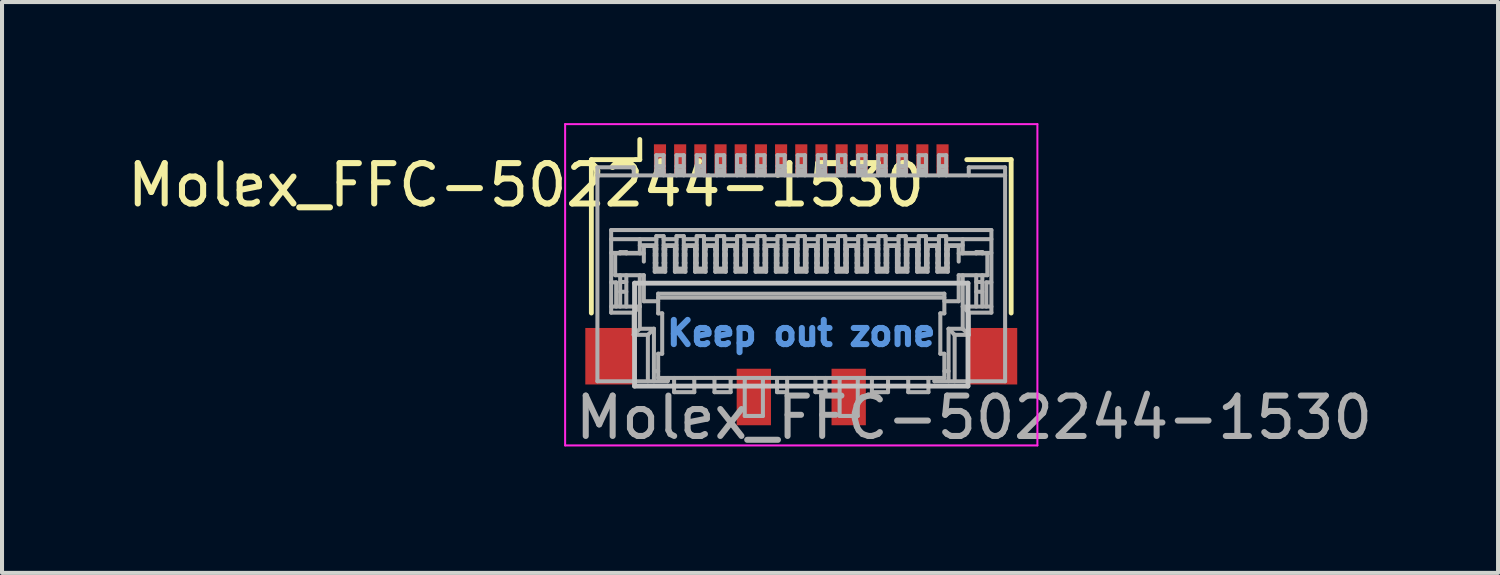
<source format=kicad_pcb>
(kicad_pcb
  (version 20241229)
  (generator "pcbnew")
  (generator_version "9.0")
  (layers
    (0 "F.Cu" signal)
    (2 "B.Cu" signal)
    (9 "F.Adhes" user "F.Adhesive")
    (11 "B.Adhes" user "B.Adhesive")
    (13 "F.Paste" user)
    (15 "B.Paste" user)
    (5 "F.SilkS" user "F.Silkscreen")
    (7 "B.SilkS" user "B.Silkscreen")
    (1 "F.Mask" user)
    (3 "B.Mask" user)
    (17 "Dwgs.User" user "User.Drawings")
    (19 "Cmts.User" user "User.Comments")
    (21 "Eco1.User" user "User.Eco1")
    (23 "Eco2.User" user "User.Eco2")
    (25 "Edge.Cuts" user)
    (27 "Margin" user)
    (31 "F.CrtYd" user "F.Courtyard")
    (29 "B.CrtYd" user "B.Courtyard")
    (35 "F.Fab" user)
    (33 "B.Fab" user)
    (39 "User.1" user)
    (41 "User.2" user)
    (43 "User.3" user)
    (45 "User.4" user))
  (footprint "Molex_FFC-502244-1530"
    (layer "F.Cu")
    (at 16.8 4.005)
    (property "Reference" "Molex_FFC-502244-1530" (at -6.818 -2.469 0) (layer "F.SilkS") (effects (font (size 1 1) (thickness 0.15))))
    (attr smd)
    (fp_line (start -5.2 -3.1) (end -4.1 -3.1) (stroke (width 0.12) (type solid)) (layer "F.SilkS"))
    (fp_line (start -5.2 -3) (end -5.2 -3.1) (stroke (width 0.12) (type solid)) (layer "F.SilkS"))
    (fp_line (start -5.2 0.7) (end -5.2 -3) (stroke (width 0.12) (type solid)) (layer "F.SilkS"))
    (fp_line (start -4.1 -3.1) (end -4 -3.1) (stroke (width 0.12) (type solid)) (layer "F.SilkS"))
    (fp_line (start -4 -3.1) (end -4 -3.6) (stroke (width 0.12) (type solid)) (layer "F.SilkS"))
    (fp_line (start 4.1 -3.1) (end 5.2 -3.1) (stroke (width 0.12) (type solid)) (layer "F.SilkS"))
    (fp_line (start 5.2 -3.1) (end 5.2 0.7) (stroke (width 0.12) (type solid)) (layer "F.SilkS"))
    (fp_line (start -4.13 -0.04) (end 4.13 -0.04) (stroke (width 0.12) (type solid)) (layer "Dwgs.User"))
    (fp_line (start -4.13 2.51) (end -4.13 -0.04) (stroke (width 0.12) (type solid)) (layer "Dwgs.User"))
    (fp_line (start 4.13 -0.04) (end 4.13 2.51) (stroke (width 0.12) (type solid)) (layer "Dwgs.User"))
    (fp_line (start 4.13 2.51) (end -4.13 2.51) (stroke (width 0.12) (type solid)) (layer "Dwgs.User"))
    (fp_line (start -5.85 -3.98) (end 5.85 -3.98) (stroke (width 0.05) (type solid)) (layer "F.CrtYd"))
    (fp_line (start -5.85 3.98) (end -5.85 -3.98) (stroke (width 0.05) (type solid)) (layer "F.CrtYd"))
    (fp_line (start 5.85 -3.98) (end 5.85 3.98) (stroke (width 0.05) (type solid)) (layer "F.CrtYd"))
    (fp_line (start 5.85 3.98) (end -5.85 3.98) (stroke (width 0.05) (type solid)) (layer "F.CrtYd"))
    (fp_line (start -5.05 -2.91) (end -5.05 2.39) (stroke (width 0.1) (type solid)) (layer "F.Fab"))
    (fp_line (start -5.05 2.39) (end -3.31 2.39) (stroke (width 0.1) (type solid)) (layer "F.Fab"))
    (fp_line (start -4.71 -1.356) (end 4.71 -1.356) (stroke (width 0.1) (type solid)) (layer "F.Fab"))
    (fp_line (start -4.71 0.54) (end -4 0.54) (stroke (width 0.1) (type solid)) (layer "F.Fab"))
    (fp_line (start -4.71 0.69) (end -4.71 -1.356) (stroke (width 0.1) (type solid)) (layer "F.Fab"))
    (fp_line (start -4.61 -0.777) (end -4.61 -0.237) (stroke (width 0.1) (type solid)) (layer "F.Fab"))
    (fp_line (start -4.61 -0.237) (end -3.9 -0.237) (stroke (width 0.1) (type solid)) (layer "F.Fab"))
    (fp_line (start -4.585 -0.06) (end -4.71 -0.06) (stroke (width 0.1) (type solid)) (layer "F.Fab"))
    (fp_line (start -4.585 0.54) (end -4.585 -0.06) (stroke (width 0.1) (type solid)) (layer "F.Fab"))
    (fp_line (start -4.486 -0.81) (end -4.486 -0.777) (stroke (width 0.1) (type solid)) (layer "F.Fab"))
    (fp_line (start -4.486 -0.79) (end -4.71 -0.79) (stroke (width 0.1) (type solid)) (layer "F.Fab"))
    (fp_line (start -4.486 -0.237) (end -4.486 0.54) (stroke (width 0.1) (type solid)) (layer "F.Fab"))
    (fp_line (start -4.334 -0.81) (end -4.486 -0.81) (stroke (width 0.1) (type solid)) (layer "F.Fab"))
    (fp_line (start -4.334 -0.777) (end -4.334 -0.81) (stroke (width 0.1) (type solid)) (layer "F.Fab"))
    (fp_line (start -4.334 -0.07) (end -4.486 -0.07) (stroke (width 0.1) (type solid)) (layer "F.Fab"))
    (fp_line (start -4.334 0.173) (end -4.486 0.173) (stroke (width 0.1) (type solid)) (layer "F.Fab"))
    (fp_line (start -4.334 0.54) (end -4.334 -0.237) (stroke (width 0.1) (type solid)) (layer "F.Fab"))
    (fp_line (start -4.15 -2.91) (end -5.05 -2.91) (stroke (width 0.1) (type solid)) (layer "F.Fab"))
    (fp_line (start -4.15 -2.71) (end -4.15 -2.91) (stroke (width 0.1) (type solid)) (layer "F.Fab"))
    (fp_line (start -4.15 0.69) (end -4.71 0.69) (stroke (width 0.1) (type solid)) (layer "F.Fab"))
    (fp_line (start -4.15 1.24) (end -4.15 0.69) (stroke (width 0.1) (type solid)) (layer "F.Fab"))
    (fp_line (start -4.15 1.24) (end -4 1.09) (stroke (width 0.1) (type solid)) (layer "F.Fab"))
    (fp_line (start -4 -1.13) (end -4 -0.777) (stroke (width 0.1) (type solid)) (layer "F.Fab"))
    (fp_line (start -4 -0.79) (end -4.334 -0.79) (stroke (width 0.1) (type solid)) (layer "F.Fab"))
    (fp_line (start -4 -0.237) (end -4 1.09) (stroke (width 0.1) (type solid)) (layer "F.Fab"))
    (fp_line (start -4 0.54) (end -4.15 0.69) (stroke (width 0.1) (type solid)) (layer "F.Fab"))
    (fp_line (start -3.9 -0.962) (end -3.9 -0.575) (stroke (width 0.1) (type solid)) (layer "F.Fab"))
    (fp_line (start -3.9 -0.777) (end -4.61 -0.777) (stroke (width 0.1) (type solid)) (layer "F.Fab"))
    (fp_line (start -3.9 -0.237) (end -3.9 0.408) (stroke (width 0.1) (type solid)) (layer "F.Fab"))
    (fp_line (start -3.9 0.408) (end -3.545 0.408) (stroke (width 0.1) (type solid)) (layer "F.Fab"))
    (fp_line (start -3.8 1.24) (end -4.15 1.24) (stroke (width 0.1) (type solid)) (layer "F.Fab"))
    (fp_line (start -3.8 1.24) (end -3.65 1.09) (stroke (width 0.1) (type solid)) (layer "F.Fab"))
    (fp_line (start -3.8 2.39) (end -3.8 1.24) (stroke (width 0.1) (type solid)) (layer "F.Fab"))
    (fp_line (start -3.65 1.09) (end -4 1.09) (stroke (width 0.1) (type solid)) (layer "F.Fab"))
    (fp_line (start -3.65 2.14) (end -3.545 2.14) (stroke (width 0.1) (type solid)) (layer "F.Fab"))
    (fp_line (start -3.65 2.39) (end -3.65 1.09) (stroke (width 0.1) (type solid)) (layer "F.Fab"))
    (fp_line (start -3.63 -0.962) (end -3.9 -0.962) (stroke (width 0.1) (type solid)) (layer "F.Fab"))
    (fp_line (start -3.63 -0.962) (end -3.63 -0.909) (stroke (width 0.1) (type solid)) (layer "F.Fab"))
    (fp_line (start -3.63 -0.872) (end -3.63 -0.323) (stroke (width 0.1) (type solid)) (layer "F.Fab"))
    (fp_line (start -3.63 -0.872) (end -3.59 -0.872) (stroke (width 0.1) (type solid)) (layer "F.Fab"))
    (fp_line (start -3.63 -0.766) (end -3.59 -0.766) (stroke (width 0.1) (type solid)) (layer "F.Fab"))
    (fp_line (start -3.63 -0.542) (end -3.59 -0.542) (stroke (width 0.1) (type solid)) (layer "F.Fab"))
    (fp_line (start -3.59 -3.21) (end -3.59 -2.71) (stroke (width 0.1) (type solid)) (layer "F.Fab"))
    (fp_line (start -3.59 -2.84) (end -3.41 -2.84) (stroke (width 0.1) (type solid)) (layer "F.Fab"))
    (fp_line (start -3.59 -1.206) (end -3.59 -0.4) (stroke (width 0.1) (type solid)) (layer "F.Fab"))
    (fp_line (start -3.59 -1.13) (end -4.71 -1.13) (stroke (width 0.1) (type solid)) (layer "F.Fab"))
    (fp_line (start -3.59 -0.98) (end -4 -0.98) (stroke (width 0.1) (type solid)) (layer "F.Fab"))
    (fp_line (start -3.59 -0.909) (end -3.63 -0.909) (stroke (width 0.1) (type solid)) (layer "F.Fab"))
    (fp_line (start -3.59 -0.719) (end -3.63 -0.719) (stroke (width 0.1) (type solid)) (layer "F.Fab"))
    (fp_line (start -3.59 -0.422) (end -3.63 -0.422) (stroke (width 0.1) (type solid)) (layer "F.Fab"))
    (fp_line (start -3.59 -0.4) (end -3.41 -0.4) (stroke (width 0.1) (type solid)) (layer "F.Fab"))
    (fp_line (start -3.545 0.22) (end -3.545 0.708) (stroke (width 0.1) (type solid)) (layer "F.Fab"))
    (fp_line (start -3.545 0.22) (end 3.545 0.22) (stroke (width 0.1) (type solid)) (layer "F.Fab"))
    (fp_line (start -3.545 0.318) (end 3.545 0.318) (stroke (width 0.1) (type solid)) (layer "F.Fab"))
    (fp_line (start -3.545 0.708) (end -3.445 0.708) (stroke (width 0.1) (type solid)) (layer "F.Fab"))
    (fp_line (start -3.545 1.708) (end -3.545 2.308) (stroke (width 0.1) (type solid)) (layer "F.Fab"))
    (fp_line (start -3.545 2.308) (end 3.545 2.308) (stroke (width 0.1) (type solid)) (layer "F.Fab"))
    (fp_line (start -3.445 0.708) (end -3.445 1.708) (stroke (width 0.1) (type solid)) (layer "F.Fab"))
    (fp_line (start -3.445 1.708) (end -3.545 1.708) (stroke (width 0.1) (type solid)) (layer "F.Fab"))
    (fp_line (start -3.41 -3.21) (end -3.59 -3.21) (stroke (width 0.1) (type solid)) (layer "F.Fab"))
    (fp_line (start -3.41 -3.21) (end -3.41 -2.71) (stroke (width 0.1) (type solid)) (layer "F.Fab"))
    (fp_line (start -3.41 -2.94) (end -3.59 -2.94) (stroke (width 0.1) (type solid)) (layer "F.Fab"))
    (fp_line (start -3.41 -2.79) (end -3.59 -2.79) (stroke (width 0.1) (type solid)) (layer "F.Fab"))
    (fp_line (start -3.41 -1.206) (end -3.59 -1.206) (stroke (width 0.1) (type solid)) (layer "F.Fab"))
    (fp_line (start -3.41 -1.13) (end -3.09 -1.13) (stroke (width 0.1) (type solid)) (layer "F.Fab"))
    (fp_line (start -3.41 -0.872) (end -3.37 -0.872) (stroke (width 0.1) (type solid)) (layer "F.Fab"))
    (fp_line (start -3.41 -0.766) (end -3.37 -0.766) (stroke (width 0.1) (type solid)) (layer "F.Fab"))
    (fp_line (start -3.41 -0.542) (end -3.37 -0.542) (stroke (width 0.1) (type solid)) (layer "F.Fab"))
    (fp_line (start -3.41 -0.4) (end -3.41 -1.206) (stroke (width 0.1) (type solid)) (layer "F.Fab"))
    (fp_line (start -3.37 -0.962) (end -3.37 -0.909) (stroke (width 0.1) (type solid)) (layer "F.Fab"))
    (fp_line (start -3.37 -0.909) (end -3.41 -0.909) (stroke (width 0.1) (type solid)) (layer "F.Fab"))
    (fp_line (start -3.37 -0.872) (end -3.37 -0.323) (stroke (width 0.1) (type solid)) (layer "F.Fab"))
    (fp_line (start -3.37 -0.719) (end -3.41 -0.719) (stroke (width 0.1) (type solid)) (layer "F.Fab"))
    (fp_line (start -3.37 -0.422) (end -3.41 -0.422) (stroke (width 0.1) (type solid)) (layer "F.Fab"))
    (fp_line (start -3.37 -0.323) (end -3.63 -0.323) (stroke (width 0.1) (type solid)) (layer "F.Fab"))
    (fp_line (start -3.3 2.359) (end -3.31 2.39) (stroke (width 0.1) (type solid)) (layer "F.Fab"))
    (fp_line (start -3.3 2.359) (end -3.3 2.308) (stroke (width 0.1) (type solid)) (layer "F.Fab"))
    (fp_line (start -3.15 2.66) (end -3.15 2.308) (stroke (width 0.1) (type solid)) (layer "F.Fab"))
    (fp_line (start -3.15 2.66) (end -2.65 2.66) (stroke (width 0.1) (type solid)) (layer "F.Fab"))
    (fp_line (start -3.13 -0.962) (end -3.37 -0.962) (stroke (width 0.1) (type solid)) (layer "F.Fab"))
    (fp_line (start -3.13 -0.962) (end -3.13 -0.909) (stroke (width 0.1) (type solid)) (layer "F.Fab"))
    (fp_line (start -3.13 -0.872) (end -3.09 -0.872) (stroke (width 0.1) (type solid)) (layer "F.Fab"))
    (fp_line (start -3.13 -0.766) (end -3.09 -0.766) (stroke (width 0.1) (type solid)) (layer "F.Fab"))
    (fp_line (start -3.13 -0.542) (end -3.09 -0.542) (stroke (width 0.1) (type solid)) (layer "F.Fab"))
    (fp_line (start -3.13 -0.323) (end -3.13 -0.872) (stroke (width 0.1) (type solid)) (layer "F.Fab"))
    (fp_line (start -3.09 -3.21) (end -3.09 -2.71) (stroke (width 0.1) (type solid)) (layer "F.Fab"))
    (fp_line (start -3.09 -2.84) (end -2.91 -2.84) (stroke (width 0.1) (type solid)) (layer "F.Fab"))
    (fp_line (start -3.09 -1.206) (end -3.09 -0.4) (stroke (width 0.1) (type solid)) (layer "F.Fab"))
    (fp_line (start -3.09 -0.98) (end -3.41 -0.98) (stroke (width 0.1) (type solid)) (layer "F.Fab"))
    (fp_line (start -3.09 -0.909) (end -3.13 -0.909) (stroke (width 0.1) (type solid)) (layer "F.Fab"))
    (fp_line (start -3.09 -0.719) (end -3.13 -0.719) (stroke (width 0.1) (type solid)) (layer "F.Fab"))
    (fp_line (start -3.09 -0.422) (end -3.13 -0.422) (stroke (width 0.1) (type solid)) (layer "F.Fab"))
    (fp_line (start -3.09 -0.4) (end -2.91 -0.4) (stroke (width 0.1) (type solid)) (layer "F.Fab"))
    (fp_line (start -2.91 -3.21) (end -3.09 -3.21) (stroke (width 0.1) (type solid)) (layer "F.Fab"))
    (fp_line (start -2.91 -3.21) (end -2.91 -2.71) (stroke (width 0.1) (type solid)) (layer "F.Fab"))
    (fp_line (start -2.91 -2.94) (end -3.09 -2.94) (stroke (width 0.1) (type solid)) (layer "F.Fab"))
    (fp_line (start -2.91 -2.79) (end -3.09 -2.79) (stroke (width 0.1) (type solid)) (layer "F.Fab"))
    (fp_line (start -2.91 -1.206) (end -3.09 -1.206) (stroke (width 0.1) (type solid)) (layer "F.Fab"))
    (fp_line (start -2.91 -1.13) (end -2.59 -1.13) (stroke (width 0.1) (type solid)) (layer "F.Fab"))
    (fp_line (start -2.91 -0.872) (end -2.87 -0.872) (stroke (width 0.1) (type solid)) (layer "F.Fab"))
    (fp_line (start -2.91 -0.766) (end -2.87 -0.766) (stroke (width 0.1) (type solid)) (layer "F.Fab"))
    (fp_line (start -2.91 -0.542) (end -2.87 -0.542) (stroke (width 0.1) (type solid)) (layer "F.Fab"))
    (fp_line (start -2.91 -0.4) (end -2.91 -1.206) (stroke (width 0.1) (type solid)) (layer "F.Fab"))
    (fp_line (start -2.87 -0.962) (end -2.87 -0.909) (stroke (width 0.1) (type solid)) (layer "F.Fab"))
    (fp_line (start -2.87 -0.909) (end -2.91 -0.909) (stroke (width 0.1) (type solid)) (layer "F.Fab"))
    (fp_line (start -2.87 -0.872) (end -2.87 -0.323) (stroke (width 0.1) (type solid)) (layer "F.Fab"))
    (fp_line (start -2.87 -0.719) (end -2.91 -0.719) (stroke (width 0.1) (type solid)) (layer "F.Fab"))
    (fp_line (start -2.87 -0.422) (end -2.91 -0.422) (stroke (width 0.1) (type solid)) (layer "F.Fab"))
    (fp_line (start -2.87 -0.323) (end -3.13 -0.323) (stroke (width 0.1) (type solid)) (layer "F.Fab"))
    (fp_line (start -2.65 2.66) (end -2.65 2.308) (stroke (width 0.1) (type solid)) (layer "F.Fab"))
    (fp_line (start -2.63 -0.962) (end -2.87 -0.962) (stroke (width 0.1) (type solid)) (layer "F.Fab"))
    (fp_line (start -2.63 -0.962) (end -2.63 -0.909) (stroke (width 0.1) (type solid)) (layer "F.Fab"))
    (fp_line (start -2.63 -0.872) (end -2.59 -0.872) (stroke (width 0.1) (type solid)) (layer "F.Fab"))
    (fp_line (start -2.63 -0.766) (end -2.59 -0.766) (stroke (width 0.1) (type solid)) (layer "F.Fab"))
    (fp_line (start -2.63 -0.542) (end -2.59 -0.542) (stroke (width 0.1) (type solid)) (layer "F.Fab"))
    (fp_line (start -2.63 -0.323) (end -2.63 -0.872) (stroke (width 0.1) (type solid)) (layer "F.Fab"))
    (fp_line (start -2.59 -3.21) (end -2.59 -2.71) (stroke (width 0.1) (type solid)) (layer "F.Fab"))
    (fp_line (start -2.59 -2.84) (end -2.41 -2.84) (stroke (width 0.1) (type solid)) (layer "F.Fab"))
    (fp_line (start -2.59 -1.206) (end -2.59 -0.4) (stroke (width 0.1) (type solid)) (layer "F.Fab"))
    (fp_line (start -2.59 -0.98) (end -2.91 -0.98) (stroke (width 0.1) (type solid)) (layer "F.Fab"))
    (fp_line (start -2.59 -0.909) (end -2.63 -0.909) (stroke (width 0.1) (type solid)) (layer "F.Fab"))
    (fp_line (start -2.59 -0.719) (end -2.63 -0.719) (stroke (width 0.1) (type solid)) (layer "F.Fab"))
    (fp_line (start -2.59 -0.422) (end -2.63 -0.422) (stroke (width 0.1) (type solid)) (layer "F.Fab"))
    (fp_line (start -2.59 -0.4) (end -2.41 -0.4) (stroke (width 0.1) (type solid)) (layer "F.Fab"))
    (fp_line (start -2.41 -3.21) (end -2.59 -3.21) (stroke (width 0.1) (type solid)) (layer "F.Fab"))
    (fp_line (start -2.41 -3.21) (end -2.41 -2.71) (stroke (width 0.1) (type solid)) (layer "F.Fab"))
    (fp_line (start -2.41 -2.94) (end -2.59 -2.94) (stroke (width 0.1) (type solid)) (layer "F.Fab"))
    (fp_line (start -2.41 -2.79) (end -2.59 -2.79) (stroke (width 0.1) (type solid)) (layer "F.Fab"))
    (fp_line (start -2.41 -1.206) (end -2.59 -1.206) (stroke (width 0.1) (type solid)) (layer "F.Fab"))
    (fp_line (start -2.41 -1.13) (end -2.09 -1.13) (stroke (width 0.1) (type solid)) (layer "F.Fab"))
    (fp_line (start -2.41 -0.872) (end -2.37 -0.872) (stroke (width 0.1) (type solid)) (layer "F.Fab"))
    (fp_line (start -2.41 -0.766) (end -2.37 -0.766) (stroke (width 0.1) (type solid)) (layer "F.Fab"))
    (fp_line (start -2.41 -0.542) (end -2.37 -0.542) (stroke (width 0.1) (type solid)) (layer "F.Fab"))
    (fp_line (start -2.41 -0.4) (end -2.41 -1.206) (stroke (width 0.1) (type solid)) (layer "F.Fab"))
    (fp_line (start -2.37 -0.962) (end -2.37 -0.909) (stroke (width 0.1) (type solid)) (layer "F.Fab"))
    (fp_line (start -2.37 -0.909) (end -2.41 -0.909) (stroke (width 0.1) (type solid)) (layer "F.Fab"))
    (fp_line (start -2.37 -0.872) (end -2.37 -0.323) (stroke (width 0.1) (type solid)) (layer "F.Fab"))
    (fp_line (start -2.37 -0.719) (end -2.41 -0.719) (stroke (width 0.1) (type solid)) (layer "F.Fab"))
    (fp_line (start -2.37 -0.422) (end -2.41 -0.422) (stroke (width 0.1) (type solid)) (layer "F.Fab"))
    (fp_line (start -2.37 -0.323) (end -2.63 -0.323) (stroke (width 0.1) (type solid)) (layer "F.Fab"))
    (fp_line (start -2.15 2.66) (end -2.15 2.308) (stroke (width 0.1) (type solid)) (layer "F.Fab"))
    (fp_line (start -2.15 2.66) (end -1.75 2.66) (stroke (width 0.1) (type solid)) (layer "F.Fab"))
    (fp_line (start -2.13 -0.962) (end -2.37 -0.962) (stroke (width 0.1) (type solid)) (layer "F.Fab"))
    (fp_line (start -2.13 -0.962) (end -2.13 -0.909) (stroke (width 0.1) (type solid)) (layer "F.Fab"))
    (fp_line (start -2.13 -0.872) (end -2.09 -0.872) (stroke (width 0.1) (type solid)) (layer "F.Fab"))
    (fp_line (start -2.13 -0.766) (end -2.09 -0.766) (stroke (width 0.1) (type solid)) (layer "F.Fab"))
    (fp_line (start -2.13 -0.542) (end -2.09 -0.542) (stroke (width 0.1) (type solid)) (layer "F.Fab"))
    (fp_line (start -2.13 -0.323) (end -2.13 -0.872) (stroke (width 0.1) (type solid)) (layer "F.Fab"))
    (fp_line (start -2.09 -3.21) (end -2.09 -2.71) (stroke (width 0.1) (type solid)) (layer "F.Fab"))
    (fp_line (start -2.09 -2.84) (end -1.91 -2.84) (stroke (width 0.1) (type solid)) (layer "F.Fab"))
    (fp_line (start -2.09 -1.206) (end -2.09 -0.4) (stroke (width 0.1) (type solid)) (layer "F.Fab"))
    (fp_line (start -2.09 -0.98) (end -2.41 -0.98) (stroke (width 0.1) (type solid)) (layer "F.Fab"))
    (fp_line (start -2.09 -0.909) (end -2.13 -0.909) (stroke (width 0.1) (type solid)) (layer "F.Fab"))
    (fp_line (start -2.09 -0.719) (end -2.13 -0.719) (stroke (width 0.1) (type solid)) (layer "F.Fab"))
    (fp_line (start -2.09 -0.422) (end -2.13 -0.422) (stroke (width 0.1) (type solid)) (layer "F.Fab"))
    (fp_line (start -2.09 -0.4) (end -1.91 -0.4) (stroke (width 0.1) (type solid)) (layer "F.Fab"))
    (fp_line (start -1.91 -3.21) (end -2.09 -3.21) (stroke (width 0.1) (type solid)) (layer "F.Fab"))
    (fp_line (start -1.91 -3.21) (end -1.91 -2.71) (stroke (width 0.1) (type solid)) (layer "F.Fab"))
    (fp_line (start -1.91 -2.94) (end -2.09 -2.94) (stroke (width 0.1) (type solid)) (layer "F.Fab"))
    (fp_line (start -1.91 -2.79) (end -2.09 -2.79) (stroke (width 0.1) (type solid)) (layer "F.Fab"))
    (fp_line (start -1.91 -1.206) (end -2.09 -1.206) (stroke (width 0.1) (type solid)) (layer "F.Fab"))
    (fp_line (start -1.91 -1.13) (end -1.59 -1.13) (stroke (width 0.1) (type solid)) (layer "F.Fab"))
    (fp_line (start -1.91 -0.872) (end -1.87 -0.872) (stroke (width 0.1) (type solid)) (layer "F.Fab"))
    (fp_line (start -1.91 -0.766) (end -1.87 -0.766) (stroke (width 0.1) (type solid)) (layer "F.Fab"))
    (fp_line (start -1.91 -0.542) (end -1.87 -0.542) (stroke (width 0.1) (type solid)) (layer "F.Fab"))
    (fp_line (start -1.91 -0.4) (end -1.91 -1.206) (stroke (width 0.1) (type solid)) (layer "F.Fab"))
    (fp_line (start -1.87 -0.962) (end -1.87 -0.909) (stroke (width 0.1) (type solid)) (layer "F.Fab"))
    (fp_line (start -1.87 -0.909) (end -1.91 -0.909) (stroke (width 0.1) (type solid)) (layer "F.Fab"))
    (fp_line (start -1.87 -0.872) (end -1.87 -0.323) (stroke (width 0.1) (type solid)) (layer "F.Fab"))
    (fp_line (start -1.87 -0.719) (end -1.91 -0.719) (stroke (width 0.1) (type solid)) (layer "F.Fab"))
    (fp_line (start -1.87 -0.422) (end -1.91 -0.422) (stroke (width 0.1) (type solid)) (layer "F.Fab"))
    (fp_line (start -1.87 -0.323) (end -2.13 -0.323) (stroke (width 0.1) (type solid)) (layer "F.Fab"))
    (fp_line (start -1.75 2.66) (end -1.75 2.308) (stroke (width 0.1) (type solid)) (layer "F.Fab"))
    (fp_line (start -1.63 -0.962) (end -1.87 -0.962) (stroke (width 0.1) (type solid)) (layer "F.Fab"))
    (fp_line (start -1.63 -0.962) (end -1.63 -0.909) (stroke (width 0.1) (type solid)) (layer "F.Fab"))
    (fp_line (start -1.63 -0.872) (end -1.59 -0.872) (stroke (width 0.1) (type solid)) (layer "F.Fab"))
    (fp_line (start -1.63 -0.766) (end -1.59 -0.766) (stroke (width 0.1) (type solid)) (layer "F.Fab"))
    (fp_line (start -1.63 -0.542) (end -1.59 -0.542) (stroke (width 0.1) (type solid)) (layer "F.Fab"))
    (fp_line (start -1.63 -0.323) (end -1.63 -0.872) (stroke (width 0.1) (type solid)) (layer "F.Fab"))
    (fp_line (start -1.59 -3.21) (end -1.59 -2.71) (stroke (width 0.1) (type solid)) (layer "F.Fab"))
    (fp_line (start -1.59 -2.84) (end -1.41 -2.84) (stroke (width 0.1) (type solid)) (layer "F.Fab"))
    (fp_line (start -1.59 -1.206) (end -1.59 -0.4) (stroke (width 0.1) (type solid)) (layer "F.Fab"))
    (fp_line (start -1.59 -0.98) (end -1.91 -0.98) (stroke (width 0.1) (type solid)) (layer "F.Fab"))
    (fp_line (start -1.59 -0.909) (end -1.63 -0.909) (stroke (width 0.1) (type solid)) (layer "F.Fab"))
    (fp_line (start -1.59 -0.719) (end -1.63 -0.719) (stroke (width 0.1) (type solid)) (layer "F.Fab"))
    (fp_line (start -1.59 -0.422) (end -1.63 -0.422) (stroke (width 0.1) (type solid)) (layer "F.Fab"))
    (fp_line (start -1.59 -0.4) (end -1.41 -0.4) (stroke (width 0.1) (type solid)) (layer "F.Fab"))
    (fp_line (start -1.41 -3.21) (end -1.59 -3.21) (stroke (width 0.1) (type solid)) (layer "F.Fab"))
    (fp_line (start -1.41 -3.21) (end -1.41 -2.71) (stroke (width 0.1) (type solid)) (layer "F.Fab"))
    (fp_line (start -1.41 -2.94) (end -1.59 -2.94) (stroke (width 0.1) (type solid)) (layer "F.Fab"))
    (fp_line (start -1.41 -2.79) (end -1.59 -2.79) (stroke (width 0.1) (type solid)) (layer "F.Fab"))
    (fp_line (start -1.41 -1.206) (end -1.59 -1.206) (stroke (width 0.1) (type solid)) (layer "F.Fab"))
    (fp_line (start -1.41 -1.13) (end -1.09 -1.13) (stroke (width 0.1) (type solid)) (layer "F.Fab"))
    (fp_line (start -1.41 -0.872) (end -1.37 -0.872) (stroke (width 0.1) (type solid)) (layer "F.Fab"))
    (fp_line (start -1.41 -0.766) (end -1.37 -0.766) (stroke (width 0.1) (type solid)) (layer "F.Fab"))
    (fp_line (start -1.41 -0.542) (end -1.37 -0.542) (stroke (width 0.1) (type solid)) (layer "F.Fab"))
    (fp_line (start -1.41 -0.4) (end -1.41 -1.206) (stroke (width 0.1) (type solid)) (layer "F.Fab"))
    (fp_line (start -1.4 3.25) (end -1.4 2.34) (stroke (width 0.1) (type solid)) (layer "F.Fab"))
    (fp_line (start -1.4 3.25) (end -0.95 3.25) (stroke (width 0.1) (type solid)) (layer "F.Fab"))
    (fp_line (start -1.37 -0.962) (end -1.37 -0.909) (stroke (width 0.1) (type solid)) (layer "F.Fab"))
    (fp_line (start -1.37 -0.909) (end -1.41 -0.909) (stroke (width 0.1) (type solid)) (layer "F.Fab"))
    (fp_line (start -1.37 -0.872) (end -1.37 -0.323) (stroke (width 0.1) (type solid)) (layer "F.Fab"))
    (fp_line (start -1.37 -0.719) (end -1.41 -0.719) (stroke (width 0.1) (type solid)) (layer "F.Fab"))
    (fp_line (start -1.37 -0.422) (end -1.41 -0.422) (stroke (width 0.1) (type solid)) (layer "F.Fab"))
    (fp_line (start -1.37 -0.323) (end -1.63 -0.323) (stroke (width 0.1) (type solid)) (layer "F.Fab"))
    (fp_line (start -1.13 -0.962) (end -1.37 -0.962) (stroke (width 0.1) (type solid)) (layer "F.Fab"))
    (fp_line (start -1.13 -0.962) (end -1.13 -0.909) (stroke (width 0.1) (type solid)) (layer "F.Fab"))
    (fp_line (start -1.13 -0.872) (end -1.09 -0.872) (stroke (width 0.1) (type solid)) (layer "F.Fab"))
    (fp_line (start -1.13 -0.766) (end -1.09 -0.766) (stroke (width 0.1) (type solid)) (layer "F.Fab"))
    (fp_line (start -1.13 -0.542) (end -1.09 -0.542) (stroke (width 0.1) (type solid)) (layer "F.Fab"))
    (fp_line (start -1.13 -0.323) (end -1.13 -0.872) (stroke (width 0.1) (type solid)) (layer "F.Fab"))
    (fp_line (start -1.09 -3.21) (end -1.09 -2.71) (stroke (width 0.1) (type solid)) (layer "F.Fab"))
    (fp_line (start -1.09 -2.84) (end -0.91 -2.84) (stroke (width 0.1) (type solid)) (layer "F.Fab"))
    (fp_line (start -1.09 -1.206) (end -1.09 -0.4) (stroke (width 0.1) (type solid)) (layer "F.Fab"))
    (fp_line (start -1.09 -0.98) (end -1.41 -0.98) (stroke (width 0.1) (type solid)) (layer "F.Fab"))
    (fp_line (start -1.09 -0.909) (end -1.13 -0.909) (stroke (width 0.1) (type solid)) (layer "F.Fab"))
    (fp_line (start -1.09 -0.719) (end -1.13 -0.719) (stroke (width 0.1) (type solid)) (layer "F.Fab"))
    (fp_line (start -1.09 -0.422) (end -1.13 -0.422) (stroke (width 0.1) (type solid)) (layer "F.Fab"))
    (fp_line (start -1.09 -0.4) (end -0.91 -0.4) (stroke (width 0.1) (type solid)) (layer "F.Fab"))
    (fp_line (start -0.95 2.34) (end -0.95 3.25) (stroke (width 0.1) (type solid)) (layer "F.Fab"))
    (fp_line (start -0.91 -3.21) (end -1.09 -3.21) (stroke (width 0.1) (type solid)) (layer "F.Fab"))
    (fp_line (start -0.91 -3.21) (end -0.91 -2.71) (stroke (width 0.1) (type solid)) (layer "F.Fab"))
    (fp_line (start -0.91 -2.94) (end -1.09 -2.94) (stroke (width 0.1) (type solid)) (layer "F.Fab"))
    (fp_line (start -0.91 -2.79) (end -1.09 -2.79) (stroke (width 0.1) (type solid)) (layer "F.Fab"))
    (fp_line (start -0.91 -1.206) (end -1.09 -1.206) (stroke (width 0.1) (type solid)) (layer "F.Fab"))
    (fp_line (start -0.91 -1.13) (end -0.59 -1.13) (stroke (width 0.1) (type solid)) (layer "F.Fab"))
    (fp_line (start -0.91 -0.872) (end -0.87 -0.872) (stroke (width 0.1) (type solid)) (layer "F.Fab"))
    (fp_line (start -0.91 -0.766) (end -0.87 -0.766) (stroke (width 0.1) (type solid)) (layer "F.Fab"))
    (fp_line (start -0.91 -0.542) (end -0.87 -0.542) (stroke (width 0.1) (type solid)) (layer "F.Fab"))
    (fp_line (start -0.91 -0.4) (end -0.91 -1.206) (stroke (width 0.1) (type solid)) (layer "F.Fab"))
    (fp_line (start -0.87 -0.962) (end -0.87 -0.909) (stroke (width 0.1) (type solid)) (layer "F.Fab"))
    (fp_line (start -0.87 -0.909) (end -0.91 -0.909) (stroke (width 0.1) (type solid)) (layer "F.Fab"))
    (fp_line (start -0.87 -0.872) (end -0.87 -0.323) (stroke (width 0.1) (type solid)) (layer "F.Fab"))
    (fp_line (start -0.87 -0.719) (end -0.91 -0.719) (stroke (width 0.1) (type solid)) (layer "F.Fab"))
    (fp_line (start -0.87 -0.422) (end -0.91 -0.422) (stroke (width 0.1) (type solid)) (layer "F.Fab"))
    (fp_line (start -0.87 -0.323) (end -1.13 -0.323) (stroke (width 0.1) (type solid)) (layer "F.Fab"))
    (fp_line (start -0.63 -0.962) (end -0.87 -0.962) (stroke (width 0.1) (type solid)) (layer "F.Fab"))
    (fp_line (start -0.63 -0.962) (end -0.63 -0.909) (stroke (width 0.1) (type solid)) (layer "F.Fab"))
    (fp_line (start -0.63 -0.872) (end -0.59 -0.872) (stroke (width 0.1) (type solid)) (layer "F.Fab"))
    (fp_line (start -0.63 -0.766) (end -0.59 -0.766) (stroke (width 0.1) (type solid)) (layer "F.Fab"))
    (fp_line (start -0.63 -0.542) (end -0.59 -0.542) (stroke (width 0.1) (type solid)) (layer "F.Fab"))
    (fp_line (start -0.63 -0.323) (end -0.63 -0.872) (stroke (width 0.1) (type solid)) (layer "F.Fab"))
    (fp_line (start -0.6 2.66) (end -0.6 2.308) (stroke (width 0.1) (type solid)) (layer "F.Fab"))
    (fp_line (start -0.6 2.66) (end -0.35 2.66) (stroke (width 0.1) (type solid)) (layer "F.Fab"))
    (fp_line (start -0.59 -3.21) (end -0.59 -2.71) (stroke (width 0.1) (type solid)) (layer "F.Fab"))
    (fp_line (start -0.59 -2.84) (end -0.41 -2.84) (stroke (width 0.1) (type solid)) (layer "F.Fab"))
    (fp_line (start -0.59 -1.206) (end -0.59 -0.4) (stroke (width 0.1) (type solid)) (layer "F.Fab"))
    (fp_line (start -0.59 -0.98) (end -0.91 -0.98) (stroke (width 0.1) (type solid)) (layer "F.Fab"))
    (fp_line (start -0.59 -0.909) (end -0.63 -0.909) (stroke (width 0.1) (type solid)) (layer "F.Fab"))
    (fp_line (start -0.59 -0.719) (end -0.63 -0.719) (stroke (width 0.1) (type solid)) (layer "F.Fab"))
    (fp_line (start -0.59 -0.422) (end -0.63 -0.422) (stroke (width 0.1) (type solid)) (layer "F.Fab"))
    (fp_line (start -0.59 -0.4) (end -0.41 -0.4) (stroke (width 0.1) (type solid)) (layer "F.Fab"))
    (fp_line (start -0.41 -3.21) (end -0.59 -3.21) (stroke (width 0.1) (type solid)) (layer "F.Fab"))
    (fp_line (start -0.41 -3.21) (end -0.41 -2.71) (stroke (width 0.1) (type solid)) (layer "F.Fab"))
    (fp_line (start -0.41 -2.94) (end -0.59 -2.94) (stroke (width 0.1) (type solid)) (layer "F.Fab"))
    (fp_line (start -0.41 -2.79) (end -0.59 -2.79) (stroke (width 0.1) (type solid)) (layer "F.Fab"))
    (fp_line (start -0.41 -1.206) (end -0.59 -1.206) (stroke (width 0.1) (type solid)) (layer "F.Fab"))
    (fp_line (start -0.41 -1.13) (end -0.09 -1.13) (stroke (width 0.1) (type solid)) (layer "F.Fab"))
    (fp_line (start -0.41 -0.872) (end -0.37 -0.872) (stroke (width 0.1) (type solid)) (layer "F.Fab"))
    (fp_line (start -0.41 -0.766) (end -0.37 -0.766) (stroke (width 0.1) (type solid)) (layer "F.Fab"))
    (fp_line (start -0.41 -0.542) (end -0.37 -0.542) (stroke (width 0.1) (type solid)) (layer "F.Fab"))
    (fp_line (start -0.41 -0.4) (end -0.41 -1.206) (stroke (width 0.1) (type solid)) (layer "F.Fab"))
    (fp_line (start -0.37 -0.962) (end -0.37 -0.909) (stroke (width 0.1) (type solid)) (layer "F.Fab"))
    (fp_line (start -0.37 -0.909) (end -0.41 -0.909) (stroke (width 0.1) (type solid)) (layer "F.Fab"))
    (fp_line (start -0.37 -0.872) (end -0.37 -0.323) (stroke (width 0.1) (type solid)) (layer "F.Fab"))
    (fp_line (start -0.37 -0.719) (end -0.41 -0.719) (stroke (width 0.1) (type solid)) (layer "F.Fab"))
    (fp_line (start -0.37 -0.422) (end -0.41 -0.422) (stroke (width 0.1) (type solid)) (layer "F.Fab"))
    (fp_line (start -0.37 -0.323) (end -0.63 -0.323) (stroke (width 0.1) (type solid)) (layer "F.Fab"))
    (fp_line (start -0.35 2.66) (end -0.35 2.308) (stroke (width 0.1) (type solid)) (layer "F.Fab"))
    (fp_line (start -0.13 -0.962) (end -0.37 -0.962) (stroke (width 0.1) (type solid)) (layer "F.Fab"))
    (fp_line (start -0.13 -0.962) (end -0.13 -0.909) (stroke (width 0.1) (type solid)) (layer "F.Fab"))
    (fp_line (start -0.13 -0.872) (end -0.09 -0.872) (stroke (width 0.1) (type solid)) (layer "F.Fab"))
    (fp_line (start -0.13 -0.766) (end -0.09 -0.766) (stroke (width 0.1) (type solid)) (layer "F.Fab"))
    (fp_line (start -0.13 -0.542) (end -0.09 -0.542) (stroke (width 0.1) (type solid)) (layer "F.Fab"))
    (fp_line (start -0.13 -0.323) (end -0.13 -0.872) (stroke (width 0.1) (type solid)) (layer "F.Fab"))
    (fp_line (start -0.09 -3.21) (end -0.09 -2.71) (stroke (width 0.1) (type solid)) (layer "F.Fab"))
    (fp_line (start -0.09 -2.84) (end 0.09 -2.84) (stroke (width 0.1) (type solid)) (layer "F.Fab"))
    (fp_line (start -0.09 -1.206) (end -0.09 -0.4) (stroke (width 0.1) (type solid)) (layer "F.Fab"))
    (fp_line (start -0.09 -0.98) (end -0.41 -0.98) (stroke (width 0.1) (type solid)) (layer "F.Fab"))
    (fp_line (start -0.09 -0.909) (end -0.13 -0.909) (stroke (width 0.1) (type solid)) (layer "F.Fab"))
    (fp_line (start -0.09 -0.719) (end -0.13 -0.719) (stroke (width 0.1) (type solid)) (layer "F.Fab"))
    (fp_line (start -0.09 -0.422) (end -0.13 -0.422) (stroke (width 0.1) (type solid)) (layer "F.Fab"))
    (fp_line (start -0.09 -0.4) (end 0.09 -0.4) (stroke (width 0.1) (type solid)) (layer "F.Fab"))
    (fp_line (start 0.09 -3.21) (end -0.09 -3.21) (stroke (width 0.1) (type solid)) (layer "F.Fab"))
    (fp_line (start 0.09 -3.21) (end 0.09 -2.71) (stroke (width 0.1) (type solid)) (layer "F.Fab"))
    (fp_line (start 0.09 -2.94) (end -0.09 -2.94) (stroke (width 0.1) (type solid)) (layer "F.Fab"))
    (fp_line (start 0.09 -2.79) (end -0.09 -2.79) (stroke (width 0.1) (type solid)) (layer "F.Fab"))
    (fp_line (start 0.09 -1.206) (end -0.09 -1.206) (stroke (width 0.1) (type solid)) (layer "F.Fab"))
    (fp_line (start 0.09 -1.13) (end 0.41 -1.13) (stroke (width 0.1) (type solid)) (layer "F.Fab"))
    (fp_line (start 0.09 -0.872) (end 0.13 -0.872) (stroke (width 0.1) (type solid)) (layer "F.Fab"))
    (fp_line (start 0.09 -0.766) (end 0.13 -0.766) (stroke (width 0.1) (type solid)) (layer "F.Fab"))
    (fp_line (start 0.09 -0.542) (end 0.13 -0.542) (stroke (width 0.1) (type solid)) (layer "F.Fab"))
    (fp_line (start 0.09 -0.4) (end 0.09 -1.206) (stroke (width 0.1) (type solid)) (layer "F.Fab"))
    (fp_line (start 0.13 -0.962) (end 0.13 -0.909) (stroke (width 0.1) (type solid)) (layer "F.Fab"))
    (fp_line (start 0.13 -0.909) (end 0.09 -0.909) (stroke (width 0.1) (type solid)) (layer "F.Fab"))
    (fp_line (start 0.13 -0.872) (end 0.13 -0.323) (stroke (width 0.1) (type solid)) (layer "F.Fab"))
    (fp_line (start 0.13 -0.719) (end 0.09 -0.719) (stroke (width 0.1) (type solid)) (layer "F.Fab"))
    (fp_line (start 0.13 -0.422) (end 0.09 -0.422) (stroke (width 0.1) (type solid)) (layer "F.Fab"))
    (fp_line (start 0.13 -0.323) (end -0.13 -0.323) (stroke (width 0.1) (type solid)) (layer "F.Fab"))
    (fp_line (start 0.35 2.66) (end 0.35 2.308) (stroke (width 0.1) (type solid)) (layer "F.Fab"))
    (fp_line (start 0.35 2.66) (end 0.6 2.66) (stroke (width 0.1) (type solid)) (layer "F.Fab"))
    (fp_line (start 0.37 -0.962) (end 0.13 -0.962) (stroke (width 0.1) (type solid)) (layer "F.Fab"))
    (fp_line (start 0.37 -0.962) (end 0.37 -0.909) (stroke (width 0.1) (type solid)) (layer "F.Fab"))
    (fp_line (start 0.37 -0.872) (end 0.41 -0.872) (stroke (width 0.1) (type solid)) (layer "F.Fab"))
    (fp_line (start 0.37 -0.766) (end 0.41 -0.766) (stroke (width 0.1) (type solid)) (layer "F.Fab"))
    (fp_line (start 0.37 -0.542) (end 0.41 -0.542) (stroke (width 0.1) (type solid)) (layer "F.Fab"))
    (fp_line (start 0.37 -0.323) (end 0.37 -0.872) (stroke (width 0.1) (type solid)) (layer "F.Fab"))
    (fp_line (start 0.41 -3.21) (end 0.41 -2.71) (stroke (width 0.1) (type solid)) (layer "F.Fab"))
    (fp_line (start 0.41 -2.84) (end 0.59 -2.84) (stroke (width 0.1) (type solid)) (layer "F.Fab"))
    (fp_line (start 0.41 -1.206) (end 0.41 -0.4) (stroke (width 0.1) (type solid)) (layer "F.Fab"))
    (fp_line (start 0.41 -0.98) (end 0.09 -0.98) (stroke (width 0.1) (type solid)) (layer "F.Fab"))
    (fp_line (start 0.41 -0.909) (end 0.37 -0.909) (stroke (width 0.1) (type solid)) (layer "F.Fab"))
    (fp_line (start 0.41 -0.719) (end 0.37 -0.719) (stroke (width 0.1) (type solid)) (layer "F.Fab"))
    (fp_line (start 0.41 -0.422) (end 0.37 -0.422) (stroke (width 0.1) (type solid)) (layer "F.Fab"))
    (fp_line (start 0.41 -0.4) (end 0.59 -0.4) (stroke (width 0.1) (type solid)) (layer "F.Fab"))
    (fp_line (start 0.59 -3.21) (end 0.41 -3.21) (stroke (width 0.1) (type solid)) (layer "F.Fab"))
    (fp_line (start 0.59 -3.21) (end 0.59 -2.71) (stroke (width 0.1) (type solid)) (layer "F.Fab"))
    (fp_line (start 0.59 -2.94) (end 0.41 -2.94) (stroke (width 0.1) (type solid)) (layer "F.Fab"))
    (fp_line (start 0.59 -2.79) (end 0.41 -2.79) (stroke (width 0.1) (type solid)) (layer "F.Fab"))
    (fp_line (start 0.59 -1.206) (end 0.41 -1.206) (stroke (width 0.1) (type solid)) (layer "F.Fab"))
    (fp_line (start 0.59 -1.13) (end 0.91 -1.13) (stroke (width 0.1) (type solid)) (layer "F.Fab"))
    (fp_line (start 0.59 -0.872) (end 0.63 -0.872) (stroke (width 0.1) (type solid)) (layer "F.Fab"))
    (fp_line (start 0.59 -0.766) (end 0.63 -0.766) (stroke (width 0.1) (type solid)) (layer "F.Fab"))
    (fp_line (start 0.59 -0.542) (end 0.63 -0.542) (stroke (width 0.1) (type solid)) (layer "F.Fab"))
    (fp_line (start 0.59 -0.4) (end 0.59 -1.206) (stroke (width 0.1) (type solid)) (layer "F.Fab"))
    (fp_line (start 0.6 2.66) (end 0.6 2.308) (stroke (width 0.1) (type solid)) (layer "F.Fab"))
    (fp_line (start 0.63 -0.962) (end 0.63 -0.909) (stroke (width 0.1) (type solid)) (layer "F.Fab"))
    (fp_line (start 0.63 -0.909) (end 0.59 -0.909) (stroke (width 0.1) (type solid)) (layer "F.Fab"))
    (fp_line (start 0.63 -0.872) (end 0.63 -0.323) (stroke (width 0.1) (type solid)) (layer "F.Fab"))
    (fp_line (start 0.63 -0.719) (end 0.59 -0.719) (stroke (width 0.1) (type solid)) (layer "F.Fab"))
    (fp_line (start 0.63 -0.422) (end 0.59 -0.422) (stroke (width 0.1) (type solid)) (layer "F.Fab"))
    (fp_line (start 0.63 -0.323) (end 0.37 -0.323) (stroke (width 0.1) (type solid)) (layer "F.Fab"))
    (fp_line (start 0.87 -0.962) (end 0.63 -0.962) (stroke (width 0.1) (type solid)) (layer "F.Fab"))
    (fp_line (start 0.87 -0.962) (end 0.87 -0.909) (stroke (width 0.1) (type solid)) (layer "F.Fab"))
    (fp_line (start 0.87 -0.872) (end 0.91 -0.872) (stroke (width 0.1) (type solid)) (layer "F.Fab"))
    (fp_line (start 0.87 -0.766) (end 0.91 -0.766) (stroke (width 0.1) (type solid)) (layer "F.Fab"))
    (fp_line (start 0.87 -0.542) (end 0.91 -0.542) (stroke (width 0.1) (type solid)) (layer "F.Fab"))
    (fp_line (start 0.87 -0.323) (end 0.87 -0.872) (stroke (width 0.1) (type solid)) (layer "F.Fab"))
    (fp_line (start 0.91 -3.21) (end 0.91 -2.71) (stroke (width 0.1) (type solid)) (layer "F.Fab"))
    (fp_line (start 0.91 -2.84) (end 1.09 -2.84) (stroke (width 0.1) (type solid)) (layer "F.Fab"))
    (fp_line (start 0.91 -1.206) (end 0.91 -0.4) (stroke (width 0.1) (type solid)) (layer "F.Fab"))
    (fp_line (start 0.91 -0.98) (end 0.59 -0.98) (stroke (width 0.1) (type solid)) (layer "F.Fab"))
    (fp_line (start 0.91 -0.909) (end 0.87 -0.909) (stroke (width 0.1) (type solid)) (layer "F.Fab"))
    (fp_line (start 0.91 -0.719) (end 0.87 -0.719) (stroke (width 0.1) (type solid)) (layer "F.Fab"))
    (fp_line (start 0.91 -0.422) (end 0.87 -0.422) (stroke (width 0.1) (type solid)) (layer "F.Fab"))
    (fp_line (start 0.91 -0.4) (end 1.09 -0.4) (stroke (width 0.1) (type solid)) (layer "F.Fab"))
    (fp_line (start 0.95 3.25) (end 0.95 2.34) (stroke (width 0.1) (type solid)) (layer "F.Fab"))
    (fp_line (start 0.95 3.25) (end 1.4 3.25) (stroke (width 0.1) (type solid)) (layer "F.Fab"))
    (fp_line (start 1.09 -3.21) (end 0.91 -3.21) (stroke (width 0.1) (type solid)) (layer "F.Fab"))
    (fp_line (start 1.09 -3.21) (end 1.09 -2.71) (stroke (width 0.1) (type solid)) (layer "F.Fab"))
    (fp_line (start 1.09 -2.94) (end 0.91 -2.94) (stroke (width 0.1) (type solid)) (layer "F.Fab"))
    (fp_line (start 1.09 -2.79) (end 0.91 -2.79) (stroke (width 0.1) (type solid)) (layer "F.Fab"))
    (fp_line (start 1.09 -1.206) (end 0.91 -1.206) (stroke (width 0.1) (type solid)) (layer "F.Fab"))
    (fp_line (start 1.09 -1.13) (end 1.41 -1.13) (stroke (width 0.1) (type solid)) (layer "F.Fab"))
    (fp_line (start 1.09 -0.872) (end 1.13 -0.872) (stroke (width 0.1) (type solid)) (layer "F.Fab"))
    (fp_line (start 1.09 -0.766) (end 1.13 -0.766) (stroke (width 0.1) (type solid)) (layer "F.Fab"))
    (fp_line (start 1.09 -0.542) (end 1.13 -0.542) (stroke (width 0.1) (type solid)) (layer "F.Fab"))
    (fp_line (start 1.09 -0.4) (end 1.09 -1.206) (stroke (width 0.1) (type solid)) (layer "F.Fab"))
    (fp_line (start 1.13 -0.962) (end 1.13 -0.909) (stroke (width 0.1) (type solid)) (layer "F.Fab"))
    (fp_line (start 1.13 -0.909) (end 1.09 -0.909) (stroke (width 0.1) (type solid)) (layer "F.Fab"))
    (fp_line (start 1.13 -0.872) (end 1.13 -0.323) (stroke (width 0.1) (type solid)) (layer "F.Fab"))
    (fp_line (start 1.13 -0.719) (end 1.09 -0.719) (stroke (width 0.1) (type solid)) (layer "F.Fab"))
    (fp_line (start 1.13 -0.422) (end 1.09 -0.422) (stroke (width 0.1) (type solid)) (layer "F.Fab"))
    (fp_line (start 1.13 -0.323) (end 0.87 -0.323) (stroke (width 0.1) (type solid)) (layer "F.Fab"))
    (fp_line (start 1.37 -0.962) (end 1.13 -0.962) (stroke (width 0.1) (type solid)) (layer "F.Fab"))
    (fp_line (start 1.37 -0.962) (end 1.37 -0.909) (stroke (width 0.1) (type solid)) (layer "F.Fab"))
    (fp_line (start 1.37 -0.872) (end 1.41 -0.872) (stroke (width 0.1) (type solid)) (layer "F.Fab"))
    (fp_line (start 1.37 -0.766) (end 1.41 -0.766) (stroke (width 0.1) (type solid)) (layer "F.Fab"))
    (fp_line (start 1.37 -0.542) (end 1.41 -0.542) (stroke (width 0.1) (type solid)) (layer "F.Fab"))
    (fp_line (start 1.37 -0.323) (end 1.37 -0.872) (stroke (width 0.1) (type solid)) (layer "F.Fab"))
    (fp_line (start 1.4 2.34) (end 1.4 3.25) (stroke (width 0.1) (type solid)) (layer "F.Fab"))
    (fp_line (start 1.41 -3.21) (end 1.41 -2.71) (stroke (width 0.1) (type solid)) (layer "F.Fab"))
    (fp_line (start 1.41 -2.84) (end 1.59 -2.84) (stroke (width 0.1) (type solid)) (layer "F.Fab"))
    (fp_line (start 1.41 -1.206) (end 1.41 -0.4) (stroke (width 0.1) (type solid)) (layer "F.Fab"))
    (fp_line (start 1.41 -0.98) (end 1.09 -0.98) (stroke (width 0.1) (type solid)) (layer "F.Fab"))
    (fp_line (start 1.41 -0.909) (end 1.37 -0.909) (stroke (width 0.1) (type solid)) (layer "F.Fab"))
    (fp_line (start 1.41 -0.719) (end 1.37 -0.719) (stroke (width 0.1) (type solid)) (layer "F.Fab"))
    (fp_line (start 1.41 -0.422) (end 1.37 -0.422) (stroke (width 0.1) (type solid)) (layer "F.Fab"))
    (fp_line (start 1.41 -0.4) (end 1.59 -0.4) (stroke (width 0.1) (type solid)) (layer "F.Fab"))
    (fp_line (start 1.59 -3.21) (end 1.41 -3.21) (stroke (width 0.1) (type solid)) (layer "F.Fab"))
    (fp_line (start 1.59 -3.21) (end 1.59 -2.71) (stroke (width 0.1) (type solid)) (layer "F.Fab"))
    (fp_line (start 1.59 -2.94) (end 1.41 -2.94) (stroke (width 0.1) (type solid)) (layer "F.Fab"))
    (fp_line (start 1.59 -2.79) (end 1.41 -2.79) (stroke (width 0.1) (type solid)) (layer "F.Fab"))
    (fp_line (start 1.59 -1.206) (end 1.41 -1.206) (stroke (width 0.1) (type solid)) (layer "F.Fab"))
    (fp_line (start 1.59 -1.13) (end 1.91 -1.13) (stroke (width 0.1) (type solid)) (layer "F.Fab"))
    (fp_line (start 1.59 -0.872) (end 1.63 -0.872) (stroke (width 0.1) (type solid)) (layer "F.Fab"))
    (fp_line (start 1.59 -0.766) (end 1.63 -0.766) (stroke (width 0.1) (type solid)) (layer "F.Fab"))
    (fp_line (start 1.59 -0.542) (end 1.63 -0.542) (stroke (width 0.1) (type solid)) (layer "F.Fab"))
    (fp_line (start 1.59 -0.4) (end 1.59 -1.206) (stroke (width 0.1) (type solid)) (layer "F.Fab"))
    (fp_line (start 1.63 -0.962) (end 1.63 -0.909) (stroke (width 0.1) (type solid)) (layer "F.Fab"))
    (fp_line (start 1.63 -0.909) (end 1.59 -0.909) (stroke (width 0.1) (type solid)) (layer "F.Fab"))
    (fp_line (start 1.63 -0.872) (end 1.63 -0.323) (stroke (width 0.1) (type solid)) (layer "F.Fab"))
    (fp_line (start 1.63 -0.719) (end 1.59 -0.719) (stroke (width 0.1) (type solid)) (layer "F.Fab"))
    (fp_line (start 1.63 -0.422) (end 1.59 -0.422) (stroke (width 0.1) (type solid)) (layer "F.Fab"))
    (fp_line (start 1.63 -0.323) (end 1.37 -0.323) (stroke (width 0.1) (type solid)) (layer "F.Fab"))
    (fp_line (start 1.75 2.66) (end 1.75 2.308) (stroke (width 0.1) (type solid)) (layer "F.Fab"))
    (fp_line (start 1.75 2.66) (end 2.15 2.66) (stroke (width 0.1) (type solid)) (layer "F.Fab"))
    (fp_line (start 1.87 -0.962) (end 1.63 -0.962) (stroke (width 0.1) (type solid)) (layer "F.Fab"))
    (fp_line (start 1.87 -0.962) (end 1.87 -0.909) (stroke (width 0.1) (type solid)) (layer "F.Fab"))
    (fp_line (start 1.87 -0.872) (end 1.91 -0.872) (stroke (width 0.1) (type solid)) (layer "F.Fab"))
    (fp_line (start 1.87 -0.766) (end 1.91 -0.766) (stroke (width 0.1) (type solid)) (layer "F.Fab"))
    (fp_line (start 1.87 -0.542) (end 1.91 -0.542) (stroke (width 0.1) (type solid)) (layer "F.Fab"))
    (fp_line (start 1.87 -0.323) (end 1.87 -0.872) (stroke (width 0.1) (type solid)) (layer "F.Fab"))
    (fp_line (start 1.91 -3.21) (end 1.91 -2.71) (stroke (width 0.1) (type solid)) (layer "F.Fab"))
    (fp_line (start 1.91 -2.84) (end 2.09 -2.84) (stroke (width 0.1) (type solid)) (layer "F.Fab"))
    (fp_line (start 1.91 -1.206) (end 1.91 -0.4) (stroke (width 0.1) (type solid)) (layer "F.Fab"))
    (fp_line (start 1.91 -0.98) (end 1.59 -0.98) (stroke (width 0.1) (type solid)) (layer "F.Fab"))
    (fp_line (start 1.91 -0.909) (end 1.87 -0.909) (stroke (width 0.1) (type solid)) (layer "F.Fab"))
    (fp_line (start 1.91 -0.719) (end 1.87 -0.719) (stroke (width 0.1) (type solid)) (layer "F.Fab"))
    (fp_line (start 1.91 -0.422) (end 1.87 -0.422) (stroke (width 0.1) (type solid)) (layer "F.Fab"))
    (fp_line (start 1.91 -0.4) (end 2.09 -0.4) (stroke (width 0.1) (type solid)) (layer "F.Fab"))
    (fp_line (start 2.09 -3.21) (end 1.91 -3.21) (stroke (width 0.1) (type solid)) (layer "F.Fab"))
    (fp_line (start 2.09 -3.21) (end 2.09 -2.71) (stroke (width 0.1) (type solid)) (layer "F.Fab"))
    (fp_line (start 2.09 -2.94) (end 1.91 -2.94) (stroke (width 0.1) (type solid)) (layer "F.Fab"))
    (fp_line (start 2.09 -2.79) (end 1.91 -2.79) (stroke (width 0.1) (type solid)) (layer "F.Fab"))
    (fp_line (start 2.09 -1.206) (end 1.91 -1.206) (stroke (width 0.1) (type solid)) (layer "F.Fab"))
    (fp_line (start 2.09 -1.13) (end 2.41 -1.13) (stroke (width 0.1) (type solid)) (layer "F.Fab"))
    (fp_line (start 2.09 -0.872) (end 2.13 -0.872) (stroke (width 0.1) (type solid)) (layer "F.Fab"))
    (fp_line (start 2.09 -0.766) (end 2.13 -0.766) (stroke (width 0.1) (type solid)) (layer "F.Fab"))
    (fp_line (start 2.09 -0.542) (end 2.13 -0.542) (stroke (width 0.1) (type solid)) (layer "F.Fab"))
    (fp_line (start 2.09 -0.4) (end 2.09 -1.206) (stroke (width 0.1) (type solid)) (layer "F.Fab"))
    (fp_line (start 2.13 -0.962) (end 2.13 -0.909) (stroke (width 0.1) (type solid)) (layer "F.Fab"))
    (fp_line (start 2.13 -0.909) (end 2.09 -0.909) (stroke (width 0.1) (type solid)) (layer "F.Fab"))
    (fp_line (start 2.13 -0.872) (end 2.13 -0.323) (stroke (width 0.1) (type solid)) (layer "F.Fab"))
    (fp_line (start 2.13 -0.719) (end 2.09 -0.719) (stroke (width 0.1) (type solid)) (layer "F.Fab"))
    (fp_line (start 2.13 -0.422) (end 2.09 -0.422) (stroke (width 0.1) (type solid)) (layer "F.Fab"))
    (fp_line (start 2.13 -0.323) (end 1.87 -0.323) (stroke (width 0.1) (type solid)) (layer "F.Fab"))
    (fp_line (start 2.15 2.66) (end 2.15 2.308) (stroke (width 0.1) (type solid)) (layer "F.Fab"))
    (fp_line (start 2.37 -0.962) (end 2.13 -0.962) (stroke (width 0.1) (type solid)) (layer "F.Fab"))
    (fp_line (start 2.37 -0.962) (end 2.37 -0.909) (stroke (width 0.1) (type solid)) (layer "F.Fab"))
    (fp_line (start 2.37 -0.872) (end 2.41 -0.872) (stroke (width 0.1) (type solid)) (layer "F.Fab"))
    (fp_line (start 2.37 -0.766) (end 2.41 -0.766) (stroke (width 0.1) (type solid)) (layer "F.Fab"))
    (fp_line (start 2.37 -0.542) (end 2.41 -0.542) (stroke (width 0.1) (type solid)) (layer "F.Fab"))
    (fp_line (start 2.37 -0.323) (end 2.37 -0.872) (stroke (width 0.1) (type solid)) (layer "F.Fab"))
    (fp_line (start 2.41 -3.21) (end 2.41 -2.71) (stroke (width 0.1) (type solid)) (layer "F.Fab"))
    (fp_line (start 2.41 -2.84) (end 2.59 -2.84) (stroke (width 0.1) (type solid)) (layer "F.Fab"))
    (fp_line (start 2.41 -1.206) (end 2.41 -0.4) (stroke (width 0.1) (type solid)) (layer "F.Fab"))
    (fp_line (start 2.41 -0.98) (end 2.09 -0.98) (stroke (width 0.1) (type solid)) (layer "F.Fab"))
    (fp_line (start 2.41 -0.909) (end 2.37 -0.909) (stroke (width 0.1) (type solid)) (layer "F.Fab"))
    (fp_line (start 2.41 -0.719) (end 2.37 -0.719) (stroke (width 0.1) (type solid)) (layer "F.Fab"))
    (fp_line (start 2.41 -0.422) (end 2.37 -0.422) (stroke (width 0.1) (type solid)) (layer "F.Fab"))
    (fp_line (start 2.41 -0.4) (end 2.59 -0.4) (stroke (width 0.1) (type solid)) (layer "F.Fab"))
    (fp_line (start 2.59 -3.21) (end 2.41 -3.21) (stroke (width 0.1) (type solid)) (layer "F.Fab"))
    (fp_line (start 2.59 -3.21) (end 2.59 -2.71) (stroke (width 0.1) (type solid)) (layer "F.Fab"))
    (fp_line (start 2.59 -2.94) (end 2.41 -2.94) (stroke (width 0.1) (type solid)) (layer "F.Fab"))
    (fp_line (start 2.59 -2.79) (end 2.41 -2.79) (stroke (width 0.1) (type solid)) (layer "F.Fab"))
    (fp_line (start 2.59 -1.206) (end 2.41 -1.206) (stroke (width 0.1) (type solid)) (layer "F.Fab"))
    (fp_line (start 2.59 -1.13) (end 2.91 -1.13) (stroke (width 0.1) (type solid)) (layer "F.Fab"))
    (fp_line (start 2.59 -0.872) (end 2.63 -0.872) (stroke (width 0.1) (type solid)) (layer "F.Fab"))
    (fp_line (start 2.59 -0.766) (end 2.63 -0.766) (stroke (width 0.1) (type solid)) (layer "F.Fab"))
    (fp_line (start 2.59 -0.542) (end 2.63 -0.542) (stroke (width 0.1) (type solid)) (layer "F.Fab"))
    (fp_line (start 2.59 -0.4) (end 2.59 -1.206) (stroke (width 0.1) (type solid)) (layer "F.Fab"))
    (fp_line (start 2.63 -0.962) (end 2.63 -0.909) (stroke (width 0.1) (type solid)) (layer "F.Fab"))
    (fp_line (start 2.63 -0.909) (end 2.59 -0.909) (stroke (width 0.1) (type solid)) (layer "F.Fab"))
    (fp_line (start 2.63 -0.872) (end 2.63 -0.323) (stroke (width 0.1) (type solid)) (layer "F.Fab"))
    (fp_line (start 2.63 -0.719) (end 2.59 -0.719) (stroke (width 0.1) (type solid)) (layer "F.Fab"))
    (fp_line (start 2.63 -0.422) (end 2.59 -0.422) (stroke (width 0.1) (type solid)) (layer "F.Fab"))
    (fp_line (start 2.63 -0.323) (end 2.37 -0.323) (stroke (width 0.1) (type solid)) (layer "F.Fab"))
    (fp_line (start 2.65 2.66) (end 2.65 2.308) (stroke (width 0.1) (type solid)) (layer "F.Fab"))
    (fp_line (start 2.65 2.66) (end 3.15 2.66) (stroke (width 0.1) (type solid)) (layer "F.Fab"))
    (fp_line (start 2.87 -0.962) (end 2.63 -0.962) (stroke (width 0.1) (type solid)) (layer "F.Fab"))
    (fp_line (start 2.87 -0.962) (end 2.87 -0.909) (stroke (width 0.1) (type solid)) (layer "F.Fab"))
    (fp_line (start 2.87 -0.872) (end 2.91 -0.872) (stroke (width 0.1) (type solid)) (layer "F.Fab"))
    (fp_line (start 2.87 -0.766) (end 2.91 -0.766) (stroke (width 0.1) (type solid)) (layer "F.Fab"))
    (fp_line (start 2.87 -0.542) (end 2.91 -0.542) (stroke (width 0.1) (type solid)) (layer "F.Fab"))
    (fp_line (start 2.87 -0.323) (end 2.87 -0.872) (stroke (width 0.1) (type solid)) (layer "F.Fab"))
    (fp_line (start 2.91 -3.21) (end 2.91 -2.71) (stroke (width 0.1) (type solid)) (layer "F.Fab"))
    (fp_line (start 2.91 -2.84) (end 3.09 -2.84) (stroke (width 0.1) (type solid)) (layer "F.Fab"))
    (fp_line (start 2.91 -1.206) (end 2.91 -0.4) (stroke (width 0.1) (type solid)) (layer "F.Fab"))
    (fp_line (start 2.91 -0.98) (end 2.59 -0.98) (stroke (width 0.1) (type solid)) (layer "F.Fab"))
    (fp_line (start 2.91 -0.909) (end 2.87 -0.909) (stroke (width 0.1) (type solid)) (layer "F.Fab"))
    (fp_line (start 2.91 -0.719) (end 2.87 -0.719) (stroke (width 0.1) (type solid)) (layer "F.Fab"))
    (fp_line (start 2.91 -0.422) (end 2.87 -0.422) (stroke (width 0.1) (type solid)) (layer "F.Fab"))
    (fp_line (start 2.91 -0.4) (end 3.09 -0.4) (stroke (width 0.1) (type solid)) (layer "F.Fab"))
    (fp_line (start 3.09 -3.21) (end 2.91 -3.21) (stroke (width 0.1) (type solid)) (layer "F.Fab"))
    (fp_line (start 3.09 -3.21) (end 3.09 -2.71) (stroke (width 0.1) (type solid)) (layer "F.Fab"))
    (fp_line (start 3.09 -2.94) (end 2.91 -2.94) (stroke (width 0.1) (type solid)) (layer "F.Fab"))
    (fp_line (start 3.09 -2.79) (end 2.91 -2.79) (stroke (width 0.1) (type solid)) (layer "F.Fab"))
    (fp_line (start 3.09 -1.206) (end 2.91 -1.206) (stroke (width 0.1) (type solid)) (layer "F.Fab"))
    (fp_line (start 3.09 -1.13) (end 3.41 -1.13) (stroke (width 0.1) (type solid)) (layer "F.Fab"))
    (fp_line (start 3.09 -0.872) (end 3.13 -0.872) (stroke (width 0.1) (type solid)) (layer "F.Fab"))
    (fp_line (start 3.09 -0.766) (end 3.13 -0.766) (stroke (width 0.1) (type solid)) (layer "F.Fab"))
    (fp_line (start 3.09 -0.542) (end 3.13 -0.542) (stroke (width 0.1) (type solid)) (layer "F.Fab"))
    (fp_line (start 3.09 -0.4) (end 3.09 -1.206) (stroke (width 0.1) (type solid)) (layer "F.Fab"))
    (fp_line (start 3.13 -0.962) (end 3.13 -0.909) (stroke (width 0.1) (type solid)) (layer "F.Fab"))
    (fp_line (start 3.13 -0.909) (end 3.09 -0.909) (stroke (width 0.1) (type solid)) (layer "F.Fab"))
    (fp_line (start 3.13 -0.872) (end 3.13 -0.323) (stroke (width 0.1) (type solid)) (layer "F.Fab"))
    (fp_line (start 3.13 -0.719) (end 3.09 -0.719) (stroke (width 0.1) (type solid)) (layer "F.Fab"))
    (fp_line (start 3.13 -0.422) (end 3.09 -0.422) (stroke (width 0.1) (type solid)) (layer "F.Fab"))
    (fp_line (start 3.13 -0.323) (end 2.87 -0.323) (stroke (width 0.1) (type solid)) (layer "F.Fab"))
    (fp_line (start 3.15 2.308) (end 3.15 2.66) (stroke (width 0.1) (type solid)) (layer "F.Fab"))
    (fp_line (start 3.3 2.308) (end 3.3 2.39) (stroke (width 0.1) (type solid)) (layer "F.Fab"))
    (fp_line (start 3.3 2.39) (end 5.05 2.39) (stroke (width 0.1) (type solid)) (layer "F.Fab"))
    (fp_line (start 3.37 -0.962) (end 3.13 -0.962) (stroke (width 0.1) (type solid)) (layer "F.Fab"))
    (fp_line (start 3.37 -0.962) (end 3.37 -0.909) (stroke (width 0.1) (type solid)) (layer "F.Fab"))
    (fp_line (start 3.37 -0.872) (end 3.41 -0.872) (stroke (width 0.1) (type solid)) (layer "F.Fab"))
    (fp_line (start 3.37 -0.766) (end 3.41 -0.766) (stroke (width 0.1) (type solid)) (layer "F.Fab"))
    (fp_line (start 3.37 -0.542) (end 3.41 -0.542) (stroke (width 0.1) (type solid)) (layer "F.Fab"))
    (fp_line (start 3.37 -0.323) (end 3.37 -0.872) (stroke (width 0.1) (type solid)) (layer "F.Fab"))
    (fp_line (start 3.41 -3.21) (end 3.41 -2.71) (stroke (width 0.1) (type solid)) (layer "F.Fab"))
    (fp_line (start 3.41 -2.84) (end 3.59 -2.84) (stroke (width 0.1) (type solid)) (layer "F.Fab"))
    (fp_line (start 3.41 -1.206) (end 3.41 -0.4) (stroke (width 0.1) (type solid)) (layer "F.Fab"))
    (fp_line (start 3.41 -0.98) (end 3.09 -0.98) (stroke (width 0.1) (type solid)) (layer "F.Fab"))
    (fp_line (start 3.41 -0.909) (end 3.37 -0.909) (stroke (width 0.1) (type solid)) (layer "F.Fab"))
    (fp_line (start 3.41 -0.719) (end 3.37 -0.719) (stroke (width 0.1) (type solid)) (layer "F.Fab"))
    (fp_line (start 3.41 -0.422) (end 3.37 -0.422) (stroke (width 0.1) (type solid)) (layer "F.Fab"))
    (fp_line (start 3.41 -0.4) (end 3.59 -0.4) (stroke (width 0.1) (type solid)) (layer "F.Fab"))
    (fp_line (start 3.445 0.708) (end 3.545 0.708) (stroke (width 0.1) (type solid)) (layer "F.Fab"))
    (fp_line (start 3.445 1.708) (end 3.445 0.708) (stroke (width 0.1) (type solid)) (layer "F.Fab"))
    (fp_line (start 3.545 0.408) (end 3.9 0.408) (stroke (width 0.1) (type solid)) (layer "F.Fab"))
    (fp_line (start 3.545 0.708) (end 3.545 0.22) (stroke (width 0.1) (type solid)) (layer "F.Fab"))
    (fp_line (start 3.545 1.708) (end 3.445 1.708) (stroke (width 0.1) (type solid)) (layer "F.Fab"))
    (fp_line (start 3.545 2.14) (end 3.65 2.14) (stroke (width 0.1) (type solid)) (layer "F.Fab"))
    (fp_line (start 3.545 2.308) (end 3.545 1.708) (stroke (width 0.1) (type solid)) (layer "F.Fab"))
    (fp_line (start 3.59 -3.21) (end 3.41 -3.21) (stroke (width 0.1) (type solid)) (layer "F.Fab"))
    (fp_line (start 3.59 -3.21) (end 3.59 -2.71) (stroke (width 0.1) (type solid)) (layer "F.Fab"))
    (fp_line (start 3.59 -2.94) (end 3.41 -2.94) (stroke (width 0.1) (type solid)) (layer "F.Fab"))
    (fp_line (start 3.59 -2.79) (end 3.41 -2.79) (stroke (width 0.1) (type solid)) (layer "F.Fab"))
    (fp_line (start 3.59 -1.206) (end 3.41 -1.206) (stroke (width 0.1) (type solid)) (layer "F.Fab"))
    (fp_line (start 3.59 -0.872) (end 3.63 -0.872) (stroke (width 0.1) (type solid)) (layer "F.Fab"))
    (fp_line (start 3.59 -0.766) (end 3.63 -0.766) (stroke (width 0.1) (type solid)) (layer "F.Fab"))
    (fp_line (start 3.59 -0.542) (end 3.63 -0.542) (stroke (width 0.1) (type solid)) (layer "F.Fab"))
    (fp_line (start 3.59 -0.4) (end 3.59 -1.206) (stroke (width 0.1) (type solid)) (layer "F.Fab"))
    (fp_line (start 3.63 -0.962) (end 3.63 -0.909) (stroke (width 0.1) (type solid)) (layer "F.Fab"))
    (fp_line (start 3.63 -0.909) (end 3.59 -0.909) (stroke (width 0.1) (type solid)) (layer "F.Fab"))
    (fp_line (start 3.63 -0.872) (end 3.63 -0.323) (stroke (width 0.1) (type solid)) (layer "F.Fab"))
    (fp_line (start 3.63 -0.719) (end 3.59 -0.719) (stroke (width 0.1) (type solid)) (layer "F.Fab"))
    (fp_line (start 3.63 -0.422) (end 3.59 -0.422) (stroke (width 0.1) (type solid)) (layer "F.Fab"))
    (fp_line (start 3.63 -0.323) (end 3.37 -0.323) (stroke (width 0.1) (type solid)) (layer "F.Fab"))
    (fp_line (start 3.65 1.09) (end 3.65 2.39) (stroke (width 0.1) (type solid)) (layer "F.Fab"))
    (fp_line (start 3.8 1.24) (end 3.65 1.09) (stroke (width 0.1) (type solid)) (layer "F.Fab"))
    (fp_line (start 3.8 1.24) (end 3.8 2.39) (stroke (width 0.1) (type solid)) (layer "F.Fab"))
    (fp_line (start 3.9 -0.962) (end 3.63 -0.962) (stroke (width 0.1) (type solid)) (layer "F.Fab"))
    (fp_line (start 3.9 -0.575) (end 3.9 -0.962) (stroke (width 0.1) (type solid)) (layer "F.Fab"))
    (fp_line (start 3.9 -0.237) (end 4.61 -0.237) (stroke (width 0.1) (type solid)) (layer "F.Fab"))
    (fp_line (start 3.9 0.408) (end 3.9 -0.237) (stroke (width 0.1) (type solid)) (layer "F.Fab"))
    (fp_line (start 4 -1.13) (end 4 -0.777) (stroke (width 0.1) (type solid)) (layer "F.Fab"))
    (fp_line (start 4 -0.98) (end 3.59 -0.98) (stroke (width 0.1) (type solid)) (layer "F.Fab"))
    (fp_line (start 4 -0.237) (end 4 1.09) (stroke (width 0.1) (type solid)) (layer "F.Fab"))
    (fp_line (start 4 0.54) (end 4.71 0.54) (stroke (width 0.1) (type solid)) (layer "F.Fab"))
    (fp_line (start 4 1.09) (end 3.65 1.09) (stroke (width 0.1) (type solid)) (layer "F.Fab"))
    (fp_line (start 4.15 -2.91) (end 4.15 -2.71) (stroke (width 0.1) (type solid)) (layer "F.Fab"))
    (fp_line (start 4.15 0.69) (end 4 0.54) (stroke (width 0.1) (type solid)) (layer "F.Fab"))
    (fp_line (start 4.15 0.69) (end 4.15 1.24) (stroke (width 0.1) (type solid)) (layer "F.Fab"))
    (fp_line (start 4.15 1.24) (end 3.8 1.24) (stroke (width 0.1) (type solid)) (layer "F.Fab"))
    (fp_line (start 4.15 1.24) (end 4 1.09) (stroke (width 0.1) (type solid)) (layer "F.Fab"))
    (fp_line (start 4.334 -0.81) (end 4.334 -0.777) (stroke (width 0.1) (type solid)) (layer "F.Fab"))
    (fp_line (start 4.334 -0.79) (end 4 -0.79) (stroke (width 0.1) (type solid)) (layer "F.Fab"))
    (fp_line (start 4.334 -0.237) (end 4.334 0.54) (stroke (width 0.1) (type solid)) (layer "F.Fab"))
    (fp_line (start 4.486 -0.81) (end 4.334 -0.81) (stroke (width 0.1) (type solid)) (layer "F.Fab"))
    (fp_line (start 4.486 -0.81) (end 4.486 -0.777) (stroke (width 0.1) (type solid)) (layer "F.Fab"))
    (fp_line (start 4.486 -0.79) (end 4.71 -0.79) (stroke (width 0.1) (type solid)) (layer "F.Fab"))
    (fp_line (start 4.486 -0.07) (end 4.334 -0.07) (stroke (width 0.1) (type solid)) (layer "F.Fab"))
    (fp_line (start 4.486 0.173) (end 4.334 0.173) (stroke (width 0.1) (type solid)) (layer "F.Fab"))
    (fp_line (start 4.486 0.54) (end 4.486 -0.237) (stroke (width 0.1) (type solid)) (layer "F.Fab"))
    (fp_line (start 4.585 -0.06) (end 4.585 0.54) (stroke (width 0.1) (type solid)) (layer "F.Fab"))
    (fp_line (start 4.61 -0.777) (end 3.9 -0.777) (stroke (width 0.1) (type solid)) (layer "F.Fab"))
    (fp_line (start 4.61 -0.237) (end 4.61 -0.777) (stroke (width 0.1) (type solid)) (layer "F.Fab"))
    (fp_line (start 4.71 -1.356) (end 4.71 0.69) (stroke (width 0.1) (type solid)) (layer "F.Fab"))
    (fp_line (start 4.71 -1.13) (end 3.59 -1.13) (stroke (width 0.1) (type solid)) (layer "F.Fab"))
    (fp_line (start 4.71 -0.06) (end 4.585 -0.06) (stroke (width 0.1) (type solid)) (layer "F.Fab"))
    (fp_line (start 4.71 0.69) (end 4.15 0.69) (stroke (width 0.1) (type solid)) (layer "F.Fab"))
    (fp_line (start 5.05 -2.91) (end 4.15 -2.91) (stroke (width 0.1) (type solid)) (layer "F.Fab"))
    (fp_line (start 5.05 -2.91) (end 5.05 2.39) (stroke (width 0.1) (type solid)) (layer "F.Fab"))
    (fp_line (start 5.05 -2.71) (end -5.05 -2.71) (stroke (width 0.1) (type solid)) (layer "F.Fab"))
    (fp_arc (start -3.150844 2.30841) (mid -3.150211 2.31419) (end -3.15 2.32) (stroke (width 0.1) (type solid)) (layer "F.Fab"))
    (fp_arc (start -2.65 2.34) (mid -2.648358 2.323874) (end -2.643499 2.30841) (stroke (width 0.1) (type solid)) (layer "F.Fab"))
    (fp_arc (start -2.156501 2.30841) (mid -2.151642 2.323874) (end -2.15 2.34) (stroke (width 0.1) (type solid)) (layer "F.Fab"))
    (fp_arc (start -1.75 2.34) (mid -1.748358 2.323874) (end -1.743499 2.30841) (stroke (width 0.1) (type solid)) (layer "F.Fab"))
    (fp_arc (start -1.406501 2.30841) (mid -1.401642 2.323874) (end -1.4 2.34) (stroke (width 0.1) (type solid)) (layer "F.Fab"))
    (fp_arc (start -0.95 2.34) (mid -0.948358 2.323874) (end -0.943499 2.30841) (stroke (width 0.1) (type solid)) (layer "F.Fab"))
    (fp_arc (start -0.606501 2.30841) (mid -0.601642 2.323874) (end -0.6 2.34) (stroke (width 0.1) (type solid)) (layer "F.Fab"))
    (fp_arc (start -0.35 2.34) (mid -0.348358 2.323874) (end -0.343499 2.30841) (stroke (width 0.1) (type solid)) (layer "F.Fab"))
    (fp_arc (start 0.343499 2.30841) (mid 0.348358 2.323874) (end 0.35 2.34) (stroke (width 0.1) (type solid)) (layer "F.Fab"))
    (fp_arc (start 0.6 2.34) (mid 0.601642 2.323874) (end 0.606501 2.30841) (stroke (width 0.1) (type solid)) (layer "F.Fab"))
    (fp_arc (start 0.943499 2.30841) (mid 0.948358 2.323874) (end 0.95 2.34) (stroke (width 0.1) (type solid)) (layer "F.Fab"))
    (fp_arc (start 1.4 2.34) (mid 1.401642 2.323874) (end 1.406501 2.30841) (stroke (width 0.1) (type solid)) (layer "F.Fab"))
    (fp_arc (start 1.743499 2.30841) (mid 1.748358 2.323874) (end 1.75 2.34) (stroke (width 0.1) (type solid)) (layer "F.Fab"))
    (fp_arc (start 2.15 2.34) (mid 2.151642 2.323874) (end 2.156501 2.30841) (stroke (width 0.1) (type solid)) (layer "F.Fab"))
    (fp_arc (start 2.643499 2.30841) (mid 2.648358 2.323874) (end 2.65 2.34) (stroke (width 0.1) (type solid)) (layer "F.Fab"))
    (fp_arc (start 3.15 2.34) (mid 3.151642 2.323874) (end 3.156501 2.30841) (stroke (width 0.1) (type solid)) (layer "F.Fab"))
    (fp_text user "Keep out zone" (at 0 1.2 0) (layer "Cmts.User") (effects (font (size 0.6 0.6) (thickness 0.15))))
    (fp_text user "${REFERENCE}" (at 4.28 3.29 0) (layer "F.Fab") (effects (font (size 1 1) (thickness 0.15))))
    (pad "1" smd rect (at -3.5 -3.08) (size 0.3 0.8) (layers "F.Cu" "F.Mask" "F.Paste"))
    (pad "2" smd rect (at -3 -3.08) (size 0.3 0.8) (layers "F.Cu" "F.Mask" "F.Paste"))
    (pad "3" smd rect (at -2.5 -3.08) (size 0.3 0.8) (layers "F.Cu" "F.Mask" "F.Paste"))
    (pad "4" smd rect (at -2 -3.08) (size 0.3 0.8) (layers "F.Cu" "F.Mask" "F.Paste"))
    (pad "5" smd rect (at -1.5 -3.08) (size 0.3 0.8) (layers "F.Cu" "F.Mask" "F.Paste"))
    (pad "6" smd rect (at -1 -3.08) (size 0.3 0.8) (layers "F.Cu" "F.Mask" "F.Paste"))
    (pad "7" smd rect (at -0.5 -3.08) (size 0.3 0.8) (layers "F.Cu" "F.Mask" "F.Paste"))
    (pad "8" smd rect (at 0 -3.08) (size 0.3 0.8) (layers "F.Cu" "F.Mask" "F.Paste"))
    (pad "9" smd rect (at 0.5 -3.08) (size 0.3 0.8) (layers "F.Cu" "F.Mask" "F.Paste"))
    (pad "10" smd rect (at 1 -3.08) (size 0.3 0.8) (layers "F.Cu" "F.Mask" "F.Paste"))
    (pad "11" smd rect (at 1.5 -3.08) (size 0.3 0.8) (layers "F.Cu" "F.Mask" "F.Paste"))
    (pad "12" smd rect (at 2 -3.08) (size 0.3 0.8) (layers "F.Cu" "F.Mask" "F.Paste"))
    (pad "13" smd rect (at 2.5 -3.08) (size 0.3 0.8) (layers "F.Cu" "F.Mask" "F.Paste"))
    (pad "14" smd rect (at 3 -3.08) (size 0.3 0.8) (layers "F.Cu" "F.Mask" "F.Paste"))
    (pad "15" smd rect (at 3.5 -3.08) (size 0.3 0.8) (layers "F.Cu" "F.Mask" "F.Paste"))
    (pad "34" smd rect (at -4.74 1.77) (size 1.22 1.4) (layers "F.Cu" "F.Mask" "F.Paste"))
    (pad "34" smd rect (at -1.175 2.78) (size 0.85 1.4) (layers "F.Cu" "F.Mask" "F.Paste"))
    (pad "34" smd rect (at 1.175 2.78) (size 0.85 1.4) (layers "F.Cu" "F.Mask" "F.Paste"))
    (pad "34" smd rect (at 4.74 1.77) (size 1.22 1.4) (layers "F.Cu" "F.Mask" "F.Paste")))
  (gr_rect
    (start -3 -3)
    (end 34.062 11.143)
    (stroke (width 0.1) (type default))
    (fill no)
    (layer "Edge.Cuts")))
</source>
